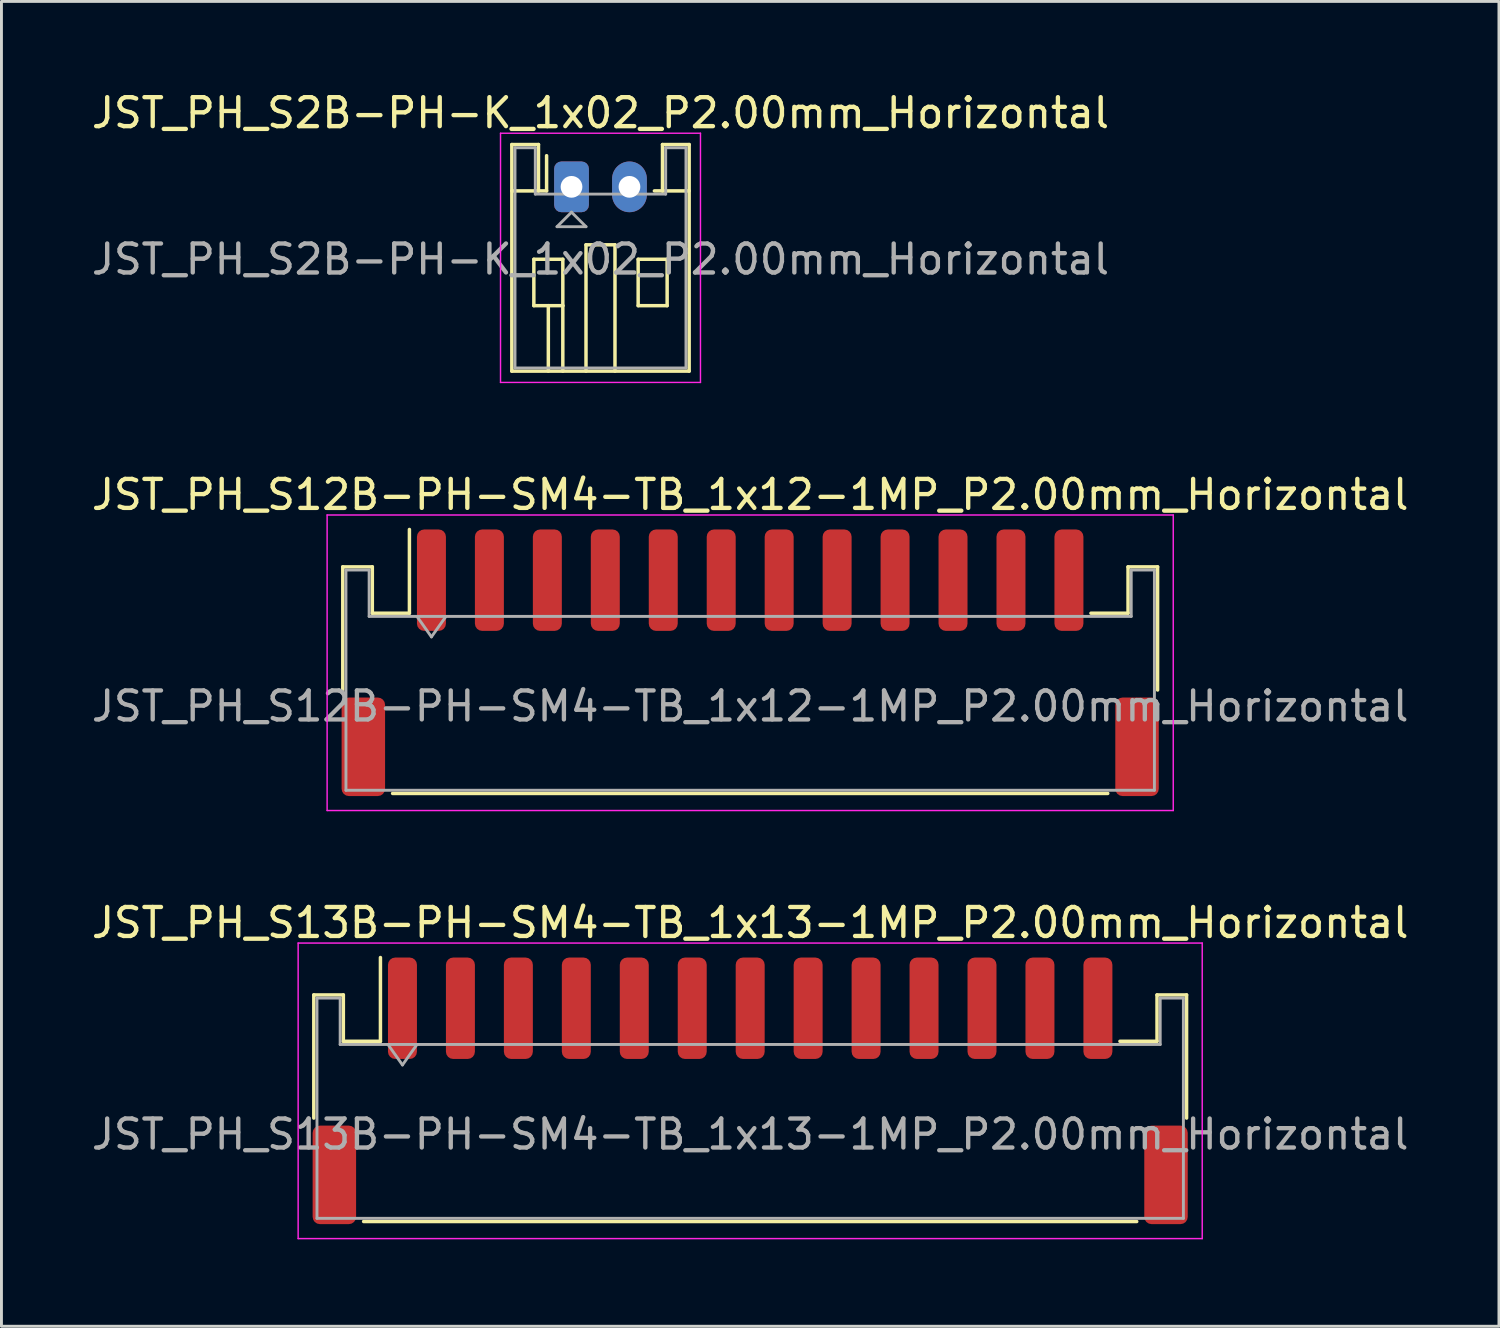
<source format=kicad_pcb>
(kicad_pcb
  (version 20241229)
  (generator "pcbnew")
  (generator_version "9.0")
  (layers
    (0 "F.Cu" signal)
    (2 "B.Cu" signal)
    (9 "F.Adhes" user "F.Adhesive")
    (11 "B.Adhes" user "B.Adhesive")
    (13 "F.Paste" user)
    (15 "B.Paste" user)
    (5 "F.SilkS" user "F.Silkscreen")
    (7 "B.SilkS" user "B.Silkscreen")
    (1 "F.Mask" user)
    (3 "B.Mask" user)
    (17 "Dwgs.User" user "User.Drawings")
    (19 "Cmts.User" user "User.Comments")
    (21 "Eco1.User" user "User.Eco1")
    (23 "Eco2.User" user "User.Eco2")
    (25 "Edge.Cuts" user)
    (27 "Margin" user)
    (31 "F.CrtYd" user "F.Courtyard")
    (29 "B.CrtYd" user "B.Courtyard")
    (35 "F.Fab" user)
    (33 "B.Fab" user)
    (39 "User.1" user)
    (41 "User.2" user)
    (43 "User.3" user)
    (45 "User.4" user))
  (footprint "JST_PH_S2B-PH-K_1x02_P2.00mm_Horizontal"
    (layer "F.Cu")
    (at 16.673 3.398)
    (property "Reference" "JST_PH_S2B-PH-K_1x02_P2.00mm_Horizontal" (at 1 -2.55 0) (layer "F.SilkS") (effects (font (size 1 1) (thickness 0.15))))
    (attr through_hole)
    (fp_line (start -2.06 -1.46) (end -2.06 6.36) (stroke (width 0.12) (type solid)) (layer "F.SilkS"))
    (fp_line (start -2.06 0.14) (end -1.14 0.14) (stroke (width 0.12) (type solid)) (layer "F.SilkS"))
    (fp_line (start -2.06 6.36) (end 4.06 6.36) (stroke (width 0.12) (type solid)) (layer "F.SilkS"))
    (fp_line (start -1.3 2.5) (end -1.3 4.1) (stroke (width 0.12) (type solid)) (layer "F.SilkS"))
    (fp_line (start -1.3 4.1) (end -0.3 4.1) (stroke (width 0.12) (type solid)) (layer "F.SilkS"))
    (fp_line (start -1.14 -1.46) (end -2.06 -1.46) (stroke (width 0.12) (type solid)) (layer "F.SilkS"))
    (fp_line (start -1.14 0.14) (end -1.14 -1.46) (stroke (width 0.12) (type solid)) (layer "F.SilkS"))
    (fp_line (start -0.86 0.14) (end -1.14 0.14) (stroke (width 0.12) (type solid)) (layer "F.SilkS"))
    (fp_line (start -0.86 0.14) (end -0.86 -1.075) (stroke (width 0.12) (type solid)) (layer "F.SilkS"))
    (fp_line (start -0.8 4.1) (end -0.8 6.36) (stroke (width 0.12) (type solid)) (layer "F.SilkS"))
    (fp_line (start -0.3 2.5) (end -1.3 2.5) (stroke (width 0.12) (type solid)) (layer "F.SilkS"))
    (fp_line (start -0.3 4.1) (end -0.3 2.5) (stroke (width 0.12) (type solid)) (layer "F.SilkS"))
    (fp_line (start -0.3 4.1) (end -0.3 6.36) (stroke (width 0.12) (type solid)) (layer "F.SilkS"))
    (fp_line (start 0.5 2) (end 1.5 2) (stroke (width 0.12) (type solid)) (layer "F.SilkS"))
    (fp_line (start 0.5 6.36) (end 0.5 2) (stroke (width 0.12) (type solid)) (layer "F.SilkS"))
    (fp_line (start 1.5 2) (end 1.5 6.36) (stroke (width 0.12) (type solid)) (layer "F.SilkS"))
    (fp_line (start 2.3 2.5) (end 3.3 2.5) (stroke (width 0.12) (type solid)) (layer "F.SilkS"))
    (fp_line (start 2.3 4.1) (end 2.3 2.5) (stroke (width 0.12) (type solid)) (layer "F.SilkS"))
    (fp_line (start 3.14 -1.46) (end 3.14 0.14) (stroke (width 0.12) (type solid)) (layer "F.SilkS"))
    (fp_line (start 3.14 0.14) (end 2.86 0.14) (stroke (width 0.12) (type solid)) (layer "F.SilkS"))
    (fp_line (start 3.3 2.5) (end 3.3 4.1) (stroke (width 0.12) (type solid)) (layer "F.SilkS"))
    (fp_line (start 3.3 4.1) (end 2.3 4.1) (stroke (width 0.12) (type solid)) (layer "F.SilkS"))
    (fp_line (start 4.06 -1.46) (end 3.14 -1.46) (stroke (width 0.12) (type solid)) (layer "F.SilkS"))
    (fp_line (start 4.06 0.14) (end 3.14 0.14) (stroke (width 0.12) (type solid)) (layer "F.SilkS"))
    (fp_line (start 4.06 6.36) (end 4.06 -1.46) (stroke (width 0.12) (type solid)) (layer "F.SilkS"))
    (fp_line (start -2.45 -1.85) (end -2.45 6.75) (stroke (width 0.05) (type solid)) (layer "F.CrtYd"))
    (fp_line (start -2.45 6.75) (end 4.45 6.75) (stroke (width 0.05) (type solid)) (layer "F.CrtYd"))
    (fp_line (start 4.45 -1.85) (end -2.45 -1.85) (stroke (width 0.05) (type solid)) (layer "F.CrtYd"))
    (fp_line (start 4.45 6.75) (end 4.45 -1.85) (stroke (width 0.05) (type solid)) (layer "F.CrtYd"))
    (fp_line (start -1.95 -1.35) (end -1.95 6.25) (stroke (width 0.1) (type solid)) (layer "F.Fab"))
    (fp_line (start -1.95 6.25) (end 3.95 6.25) (stroke (width 0.1) (type solid)) (layer "F.Fab"))
    (fp_line (start -1.25 -1.35) (end -1.95 -1.35) (stroke (width 0.1) (type solid)) (layer "F.Fab"))
    (fp_line (start -1.25 0.25) (end -1.25 -1.35) (stroke (width 0.1) (type solid)) (layer "F.Fab"))
    (fp_line (start -0.5 1.375) (end 0.5 1.375) (stroke (width 0.1) (type solid)) (layer "F.Fab"))
    (fp_line (start 0 0.875) (end -0.5 1.375) (stroke (width 0.1) (type solid)) (layer "F.Fab"))
    (fp_line (start 0.5 1.375) (end 0 0.875) (stroke (width 0.1) (type solid)) (layer "F.Fab"))
    (fp_line (start 3.25 -1.35) (end 3.25 0.25) (stroke (width 0.1) (type solid)) (layer "F.Fab"))
    (fp_line (start 3.25 0.25) (end -1.25 0.25) (stroke (width 0.1) (type solid)) (layer "F.Fab"))
    (fp_line (start 3.95 -1.35) (end 3.25 -1.35) (stroke (width 0.1) (type solid)) (layer "F.Fab"))
    (fp_line (start 3.95 6.25) (end 3.95 -1.35) (stroke (width 0.1) (type solid)) (layer "F.Fab"))
    (fp_text user "${REFERENCE}" (at 1 2.5 0) (layer "F.Fab") (effects (font (size 1 1) (thickness 0.15))))
    (pad "1" thru_hole roundrect (at 0 0) (size 1.2 1.75) (drill 0.75) (layers "*.Cu" "*.Mask") (roundrect_rratio 0.208))
    (pad "2" thru_hole oval (at 2 0) (size 1.2 1.75) (drill 0.75) (layers "*.Cu" "*.Mask")))
  (footprint "JST_PH_S13B-PH-SM4-TB_1x13-1MP_P2.00mm_Horizontal"
    (layer "F.Cu")
    (at 22.839 34.595)
    (property "Reference" "JST_PH_S13B-PH-SM4-TB_1x13-1MP_P2.00mm_Horizontal" (at 0 -5.8 0) (layer "F.SilkS") (effects (font (size 1 1) (thickness 0.15))))
    (attr smd)
    (fp_line (start -15.06 -3.31) (end -14.04 -3.31) (stroke (width 0.12) (type solid)) (layer "F.SilkS"))
    (fp_line (start -15.06 0.94) (end -15.06 -3.31) (stroke (width 0.12) (type solid)) (layer "F.SilkS"))
    (fp_line (start -14.04 -3.31) (end -14.04 -1.71) (stroke (width 0.12) (type solid)) (layer "F.SilkS"))
    (fp_line (start -14.04 -1.71) (end -12.76 -1.71) (stroke (width 0.12) (type solid)) (layer "F.SilkS"))
    (fp_line (start -13.34 4.51) (end 13.34 4.51) (stroke (width 0.12) (type solid)) (layer "F.SilkS"))
    (fp_line (start -12.76 -1.71) (end -12.76 -4.6) (stroke (width 0.12) (type solid)) (layer "F.SilkS"))
    (fp_line (start 14.04 -3.31) (end 14.04 -1.71) (stroke (width 0.12) (type solid)) (layer "F.SilkS"))
    (fp_line (start 14.04 -1.71) (end 12.76 -1.71) (stroke (width 0.12) (type solid)) (layer "F.SilkS"))
    (fp_line (start 15.06 -3.31) (end 14.04 -3.31) (stroke (width 0.12) (type solid)) (layer "F.SilkS"))
    (fp_line (start 15.06 0.94) (end 15.06 -3.31) (stroke (width 0.12) (type solid)) (layer "F.SilkS"))
    (fp_line (start -15.6 -5.1) (end -15.6 5.1) (stroke (width 0.05) (type solid)) (layer "F.CrtYd"))
    (fp_line (start -15.6 5.1) (end 15.6 5.1) (stroke (width 0.05) (type solid)) (layer "F.CrtYd"))
    (fp_line (start 15.6 -5.1) (end -15.6 -5.1) (stroke (width 0.05) (type solid)) (layer "F.CrtYd"))
    (fp_line (start 15.6 5.1) (end 15.6 -5.1) (stroke (width 0.05) (type solid)) (layer "F.CrtYd"))
    (fp_line (start -14.95 -3.2) (end -14.95 4.4) (stroke (width 0.1) (type solid)) (layer "F.Fab"))
    (fp_line (start -14.95 -3.2) (end -14.15 -3.2) (stroke (width 0.1) (type solid)) (layer "F.Fab"))
    (fp_line (start -14.95 4.4) (end 14.95 4.4) (stroke (width 0.1) (type solid)) (layer "F.Fab"))
    (fp_line (start -14.15 -3.2) (end -14.15 -1.6) (stroke (width 0.1) (type solid)) (layer "F.Fab"))
    (fp_line (start -14.15 -1.6) (end 14.15 -1.6) (stroke (width 0.1) (type solid)) (layer "F.Fab"))
    (fp_line (start -12.5 -1.6) (end -12 -0.893) (stroke (width 0.1) (type solid)) (layer "F.Fab"))
    (fp_line (start -12 -0.893) (end -11.5 -1.6) (stroke (width 0.1) (type solid)) (layer "F.Fab"))
    (fp_line (start 14.15 -3.2) (end 14.95 -3.2) (stroke (width 0.1) (type solid)) (layer "F.Fab"))
    (fp_line (start 14.15 -1.6) (end 14.15 -3.2) (stroke (width 0.1) (type solid)) (layer "F.Fab"))
    (fp_line (start 14.95 -3.2) (end 14.95 4.4) (stroke (width 0.1) (type solid)) (layer "F.Fab"))
    (fp_text user "${REFERENCE}" (at 0 1.5 0) (layer "F.Fab") (effects (font (size 1 1) (thickness 0.15))))
    (pad "1" smd roundrect (at -12 -2.85) (size 1 3.5) (layers "F.Cu" "F.Mask" "F.Paste") (roundrect_rratio 0.25))
    (pad "2" smd roundrect (at -10 -2.85) (size 1 3.5) (layers "F.Cu" "F.Mask" "F.Paste") (roundrect_rratio 0.25))
    (pad "3" smd roundrect (at -8 -2.85) (size 1 3.5) (layers "F.Cu" "F.Mask" "F.Paste") (roundrect_rratio 0.25))
    (pad "4" smd roundrect (at -6 -2.85) (size 1 3.5) (layers "F.Cu" "F.Mask" "F.Paste") (roundrect_rratio 0.25))
    (pad "5" smd roundrect (at -4 -2.85) (size 1 3.5) (layers "F.Cu" "F.Mask" "F.Paste") (roundrect_rratio 0.25))
    (pad "6" smd roundrect (at -2 -2.85) (size 1 3.5) (layers "F.Cu" "F.Mask" "F.Paste") (roundrect_rratio 0.25))
    (pad "7" smd roundrect (at 0 -2.85) (size 1 3.5) (layers "F.Cu" "F.Mask" "F.Paste") (roundrect_rratio 0.25))
    (pad "8" smd roundrect (at 2 -2.85) (size 1 3.5) (layers "F.Cu" "F.Mask" "F.Paste") (roundrect_rratio 0.25))
    (pad "9" smd roundrect (at 4 -2.85) (size 1 3.5) (layers "F.Cu" "F.Mask" "F.Paste") (roundrect_rratio 0.25))
    (pad "10" smd roundrect (at 6 -2.85) (size 1 3.5) (layers "F.Cu" "F.Mask" "F.Paste") (roundrect_rratio 0.25))
    (pad "11" smd roundrect (at 8 -2.85) (size 1 3.5) (layers "F.Cu" "F.Mask" "F.Paste") (roundrect_rratio 0.25))
    (pad "12" smd roundrect (at 10 -2.85) (size 1 3.5) (layers "F.Cu" "F.Mask" "F.Paste") (roundrect_rratio 0.25))
    (pad "13" smd roundrect (at 12 -2.85) (size 1 3.5) (layers "F.Cu" "F.Mask" "F.Paste") (roundrect_rratio 0.25))
    (pad "MP" smd roundrect (at -14.35 2.9) (size 1.5 3.4) (layers "F.Cu" "F.Mask" "F.Paste") (roundrect_rratio 0.167))
    (pad "MP" smd roundrect (at 14.35 2.9) (size 1.5 3.4) (layers "F.Cu" "F.Mask" "F.Paste") (roundrect_rratio 0.167)))
  (footprint "JST_PH_S12B-PH-SM4-TB_1x12-1MP_P2.00mm_Horizontal"
    (layer "F.Cu")
    (at 22.839 19.822)
    (property "Reference" "JST_PH_S12B-PH-SM4-TB_1x12-1MP_P2.00mm_Horizontal" (at 0 -5.8 0) (layer "F.SilkS") (effects (font (size 1 1) (thickness 0.15))))
    (attr smd)
    (fp_line (start -14.06 -3.31) (end -13.04 -3.31) (stroke (width 0.12) (type solid)) (layer "F.SilkS"))
    (fp_line (start -14.06 0.94) (end -14.06 -3.31) (stroke (width 0.12) (type solid)) (layer "F.SilkS"))
    (fp_line (start -13.04 -3.31) (end -13.04 -1.71) (stroke (width 0.12) (type solid)) (layer "F.SilkS"))
    (fp_line (start -13.04 -1.71) (end -11.76 -1.71) (stroke (width 0.12) (type solid)) (layer "F.SilkS"))
    (fp_line (start -12.34 4.51) (end 12.34 4.51) (stroke (width 0.12) (type solid)) (layer "F.SilkS"))
    (fp_line (start -11.76 -1.71) (end -11.76 -4.6) (stroke (width 0.12) (type solid)) (layer "F.SilkS"))
    (fp_line (start 13.04 -3.31) (end 13.04 -1.71) (stroke (width 0.12) (type solid)) (layer "F.SilkS"))
    (fp_line (start 13.04 -1.71) (end 11.76 -1.71) (stroke (width 0.12) (type solid)) (layer "F.SilkS"))
    (fp_line (start 14.06 -3.31) (end 13.04 -3.31) (stroke (width 0.12) (type solid)) (layer "F.SilkS"))
    (fp_line (start 14.06 0.94) (end 14.06 -3.31) (stroke (width 0.12) (type solid)) (layer "F.SilkS"))
    (fp_line (start -14.6 -5.1) (end -14.6 5.1) (stroke (width 0.05) (type solid)) (layer "F.CrtYd"))
    (fp_line (start -14.6 5.1) (end 14.6 5.1) (stroke (width 0.05) (type solid)) (layer "F.CrtYd"))
    (fp_line (start 14.6 -5.1) (end -14.6 -5.1) (stroke (width 0.05) (type solid)) (layer "F.CrtYd"))
    (fp_line (start 14.6 5.1) (end 14.6 -5.1) (stroke (width 0.05) (type solid)) (layer "F.CrtYd"))
    (fp_line (start -13.95 -3.2) (end -13.95 4.4) (stroke (width 0.1) (type solid)) (layer "F.Fab"))
    (fp_line (start -13.95 -3.2) (end -13.15 -3.2) (stroke (width 0.1) (type solid)) (layer "F.Fab"))
    (fp_line (start -13.95 4.4) (end 13.95 4.4) (stroke (width 0.1) (type solid)) (layer "F.Fab"))
    (fp_line (start -13.15 -3.2) (end -13.15 -1.6) (stroke (width 0.1) (type solid)) (layer "F.Fab"))
    (fp_line (start -13.15 -1.6) (end 13.15 -1.6) (stroke (width 0.1) (type solid)) (layer "F.Fab"))
    (fp_line (start -11.5 -1.6) (end -11 -0.893) (stroke (width 0.1) (type solid)) (layer "F.Fab"))
    (fp_line (start -11 -0.893) (end -10.5 -1.6) (stroke (width 0.1) (type solid)) (layer "F.Fab"))
    (fp_line (start 13.15 -3.2) (end 13.95 -3.2) (stroke (width 0.1) (type solid)) (layer "F.Fab"))
    (fp_line (start 13.15 -1.6) (end 13.15 -3.2) (stroke (width 0.1) (type solid)) (layer "F.Fab"))
    (fp_line (start 13.95 -3.2) (end 13.95 4.4) (stroke (width 0.1) (type solid)) (layer "F.Fab"))
    (fp_text user "${REFERENCE}" (at 0 1.5 0) (layer "F.Fab") (effects (font (size 1 1) (thickness 0.15))))
    (pad "1" smd roundrect (at -11 -2.85) (size 1 3.5) (layers "F.Cu" "F.Mask" "F.Paste") (roundrect_rratio 0.25))
    (pad "2" smd roundrect (at -9 -2.85) (size 1 3.5) (layers "F.Cu" "F.Mask" "F.Paste") (roundrect_rratio 0.25))
    (pad "3" smd roundrect (at -7 -2.85) (size 1 3.5) (layers "F.Cu" "F.Mask" "F.Paste") (roundrect_rratio 0.25))
    (pad "4" smd roundrect (at -5 -2.85) (size 1 3.5) (layers "F.Cu" "F.Mask" "F.Paste") (roundrect_rratio 0.25))
    (pad "5" smd roundrect (at -3 -2.85) (size 1 3.5) (layers "F.Cu" "F.Mask" "F.Paste") (roundrect_rratio 0.25))
    (pad "6" smd roundrect (at -1 -2.85) (size 1 3.5) (layers "F.Cu" "F.Mask" "F.Paste") (roundrect_rratio 0.25))
    (pad "7" smd roundrect (at 1 -2.85) (size 1 3.5) (layers "F.Cu" "F.Mask" "F.Paste") (roundrect_rratio 0.25))
    (pad "8" smd roundrect (at 3 -2.85) (size 1 3.5) (layers "F.Cu" "F.Mask" "F.Paste") (roundrect_rratio 0.25))
    (pad "9" smd roundrect (at 5 -2.85) (size 1 3.5) (layers "F.Cu" "F.Mask" "F.Paste") (roundrect_rratio 0.25))
    (pad "10" smd roundrect (at 7 -2.85) (size 1 3.5) (layers "F.Cu" "F.Mask" "F.Paste") (roundrect_rratio 0.25))
    (pad "11" smd roundrect (at 9 -2.85) (size 1 3.5) (layers "F.Cu" "F.Mask" "F.Paste") (roundrect_rratio 0.25))
    (pad "12" smd roundrect (at 11 -2.85) (size 1 3.5) (layers "F.Cu" "F.Mask" "F.Paste") (roundrect_rratio 0.25))
    (pad "MP" smd roundrect (at -13.35 2.9) (size 1.5 3.4) (layers "F.Cu" "F.Mask" "F.Paste") (roundrect_rratio 0.167))
    (pad "MP" smd roundrect (at 13.35 2.9) (size 1.5 3.4) (layers "F.Cu" "F.Mask" "F.Paste") (roundrect_rratio 0.167)))
  (gr_rect
    (start -3 -3)
    (end 48.679 42.72)
    (stroke (width 0.1) (type default))
    (fill no)
    (layer "Edge.Cuts")))
</source>
